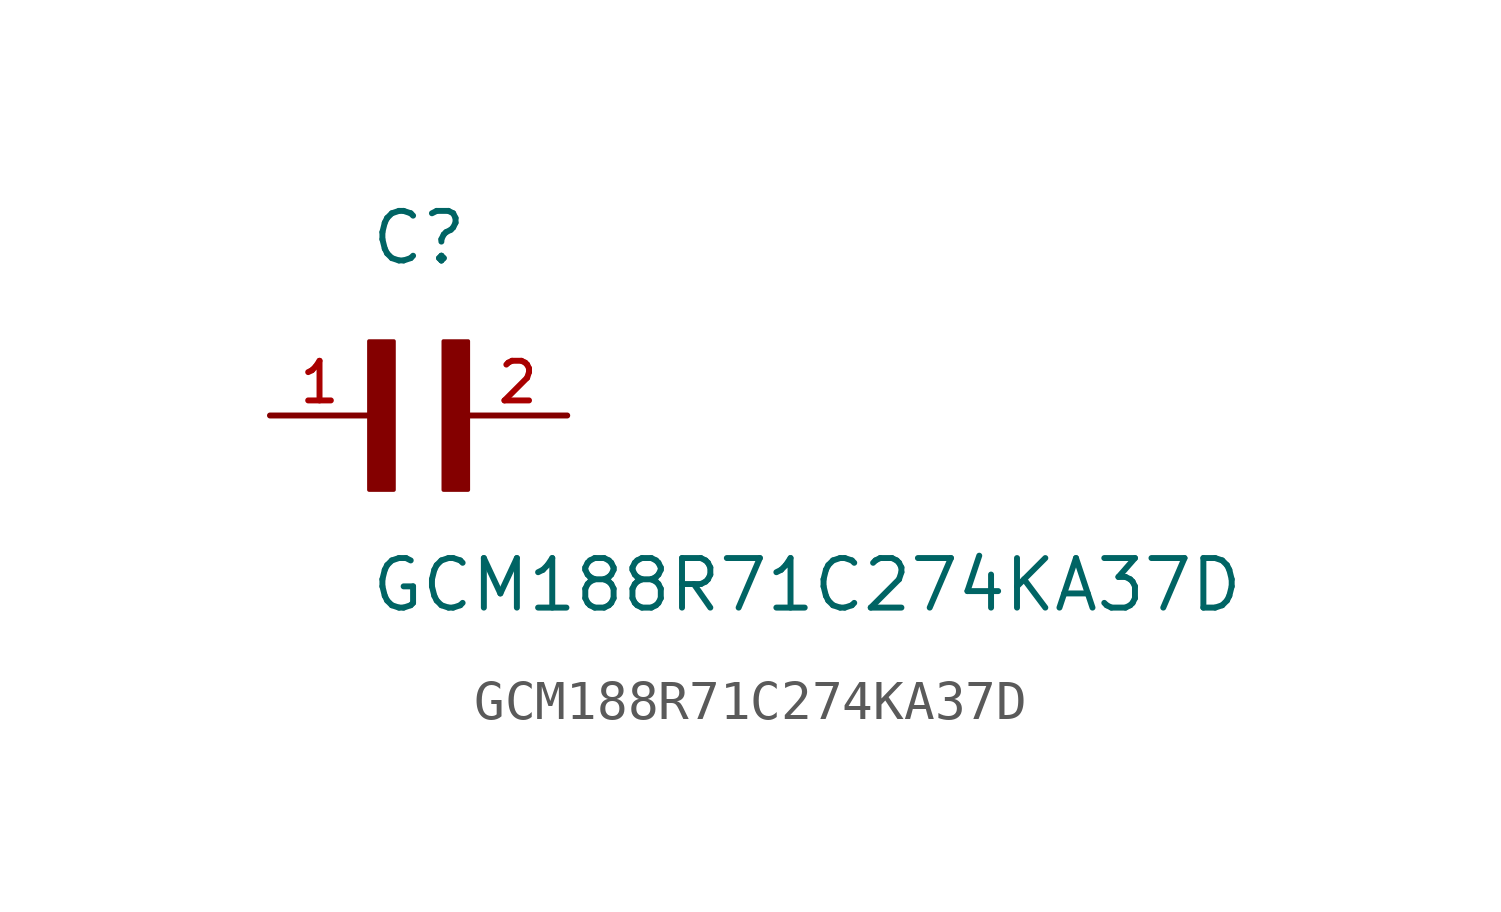
<source format=kicad_sym>
(kicad_symbol_lib
  (version 20211014)
  (generator kicad_symbol_editor)
  (symbol "GCM188R71C274KA37D"
    (pin_names
      (offset 1.016))
    (property "Reference" "C"
      (at 0.0 3.811 0)
      (effects (font (size 1.27 1.27)) (justify bottom left)))
    (property "Value" "GCM188R71C274KA37D"
      (at 0.0 -5.088 0)
      (effects (font (size 1.27 1.27)) (justify bottom left)))
    (symbol "GCM188R71C274KA37D_0_0"
      (rectangle (start 0.0 -1.907) (end 0.635 1.905) (stroke (width 0.1)) (fill (type outline)))
      (rectangle (start 1.907 -1.907) (end 2.54 1.905) (stroke (width 0.1)) (fill (type outline)))
      (pin passive line (at 5.08 0.0 180.0) (length 2.54) (name "~" (effects (font (size 1.016 1.016)))) (number "2" (effects (font (size 1.016 1.016)))))
      (pin passive line (at -2.54 0.0 0) (length 2.54) (name "~" (effects (font (size 1.016 1.016)))) (number "1" (effects (font (size 1.016 1.016))))))))
</source>
